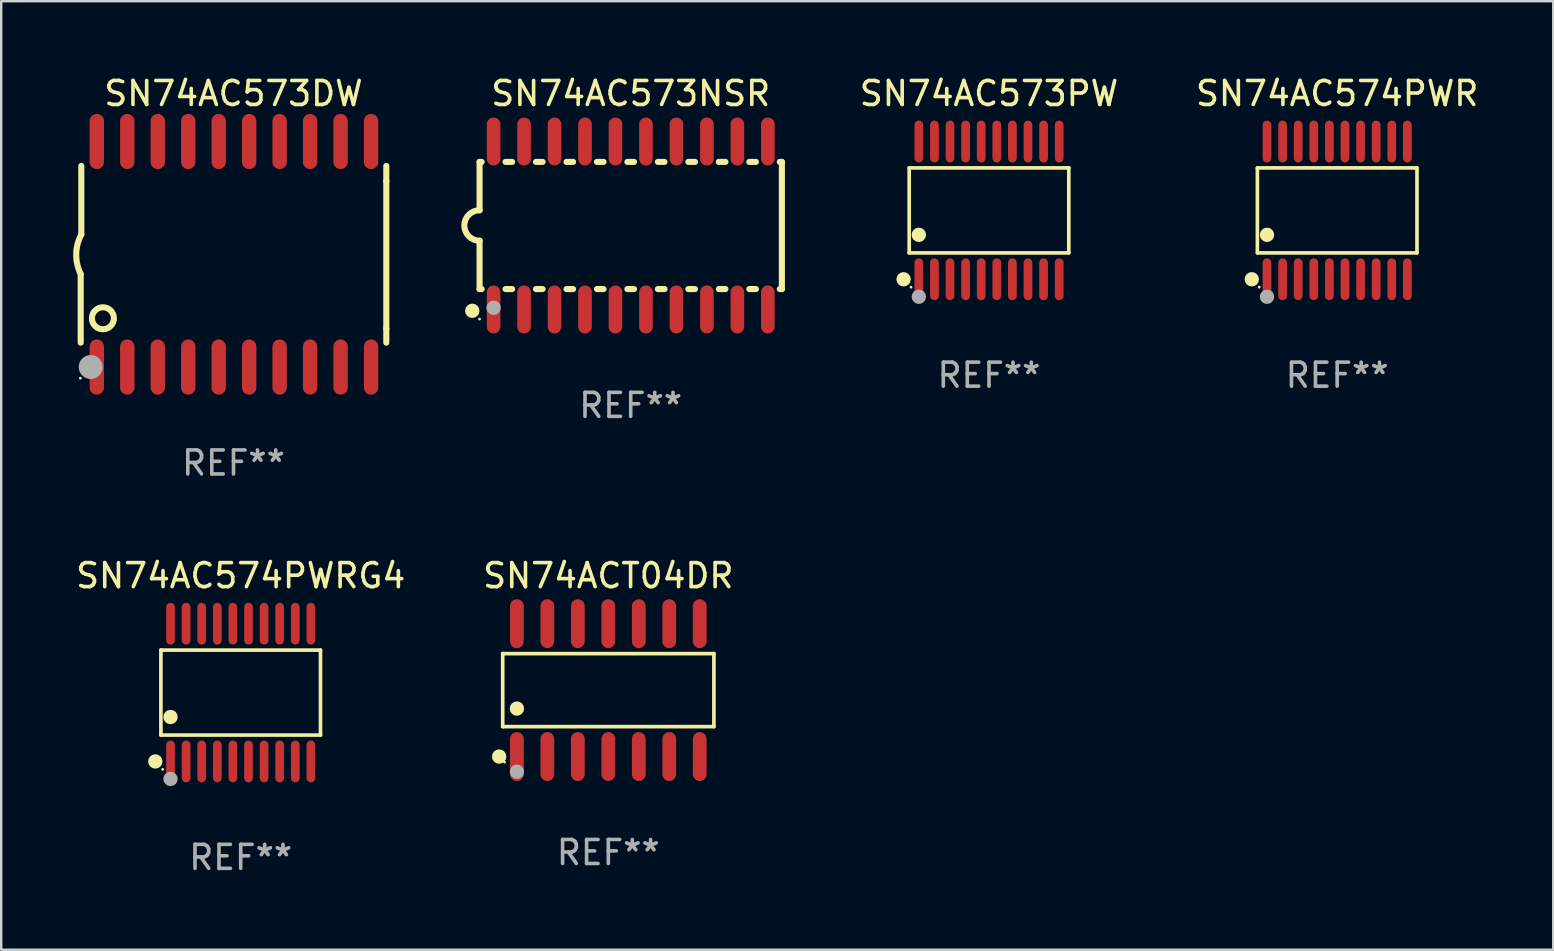
<source format=kicad_pcb>
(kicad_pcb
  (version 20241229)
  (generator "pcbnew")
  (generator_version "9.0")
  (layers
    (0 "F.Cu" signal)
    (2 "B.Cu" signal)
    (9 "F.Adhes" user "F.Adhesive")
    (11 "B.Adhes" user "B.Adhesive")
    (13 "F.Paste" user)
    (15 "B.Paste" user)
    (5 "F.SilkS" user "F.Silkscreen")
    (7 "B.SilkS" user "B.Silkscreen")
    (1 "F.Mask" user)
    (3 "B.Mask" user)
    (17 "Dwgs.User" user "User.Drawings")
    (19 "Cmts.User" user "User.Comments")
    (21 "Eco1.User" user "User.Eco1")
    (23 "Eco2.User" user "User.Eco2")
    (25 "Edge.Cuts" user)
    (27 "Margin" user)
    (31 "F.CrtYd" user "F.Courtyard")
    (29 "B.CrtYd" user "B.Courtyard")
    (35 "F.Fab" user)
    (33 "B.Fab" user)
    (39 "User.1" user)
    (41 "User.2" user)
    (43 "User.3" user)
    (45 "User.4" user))
  (footprint "SN74ACT04DR"
    (layer "F.Cu")
    (at 22.304 25.714)
    (property "Reference" "SN74ACT04DR" (at 0 -4.769 0) (layer "F.SilkS") (effects (font (size 1 1) (thickness 0.15))))
    (attr through_hole)
    (fp_line (start -4.401 -1.521) (end 4.401 -1.521) (stroke (width 0.152) (type solid)) (layer "F.SilkS"))
    (fp_line (start -4.401 1.521) (end -4.401 -1.521) (stroke (width 0.152) (type solid)) (layer "F.SilkS"))
    (fp_line (start 4.401 -1.521) (end 4.401 1.521) (stroke (width 0.152) (type solid)) (layer "F.SilkS"))
    (fp_line (start 4.401 1.521) (end -4.401 1.521) (stroke (width 0.152) (type solid)) (layer "F.SilkS"))
    (fp_circle (center -4.549 2.769) (end -4.399 2.769) (stroke (width 0.3) (type solid)) (fill no) (layer "F.SilkS"))
    (fp_circle (center -4.325 3) (end -4.295 3) (stroke (width 0.06) (type solid)) (fill no) (layer "F.SilkS"))
    (fp_circle (center -3.81 0.769) (end -3.66 0.769) (stroke (width 0.3) (type solid)) (fill no) (layer "F.SilkS"))
    (fp_circle (center -3.81 3.4) (end -3.66 3.4) (stroke (width 0.3) (type solid)) (fill no) (layer "F.Fab"))
    (fp_text user "REF**" (at 0 6.769 0) (layer "F.Fab") (effects (font (size 1 1) (thickness 0.15))))
    (pad "1" smd oval (at -3.81 2.769) (size 0.574 2.038) (layers "F.Cu" "F.Mask" "F.Paste"))
    (pad "2" smd oval (at -2.54 2.769) (size 0.574 2.038) (layers "F.Cu" "F.Mask" "F.Paste"))
    (pad "3" smd oval (at -1.27 2.769) (size 0.574 2.038) (layers "F.Cu" "F.Mask" "F.Paste"))
    (pad "4" smd oval (at 0 2.769) (size 0.574 2.038) (layers "F.Cu" "F.Mask" "F.Paste"))
    (pad "5" smd oval (at 1.27 2.769) (size 0.574 2.038) (layers "F.Cu" "F.Mask" "F.Paste"))
    (pad "6" smd oval (at 2.54 2.769) (size 0.574 2.038) (layers "F.Cu" "F.Mask" "F.Paste"))
    (pad "7" smd oval (at 3.81 2.769) (size 0.574 2.038) (layers "F.Cu" "F.Mask" "F.Paste"))
    (pad "8" smd oval (at 3.81 -2.769) (size 0.574 2.038) (layers "F.Cu" "F.Mask" "F.Paste"))
    (pad "9" smd oval (at 2.54 -2.769) (size 0.574 2.038) (layers "F.Cu" "F.Mask" "F.Paste"))
    (pad "10" smd oval (at 1.27 -2.769) (size 0.574 2.038) (layers "F.Cu" "F.Mask" "F.Paste"))
    (pad "11" smd oval (at 0 -2.769) (size 0.574 2.038) (layers "F.Cu" "F.Mask" "F.Paste"))
    (pad "12" smd oval (at -1.27 -2.769) (size 0.574 2.038) (layers "F.Cu" "F.Mask" "F.Paste"))
    (pad "13" smd oval (at -2.54 -2.769) (size 0.574 2.038) (layers "F.Cu" "F.Mask" "F.Paste"))
    (pad "14" smd oval (at -3.81 -2.769) (size 0.574 2.038) (layers "F.Cu" "F.Mask" "F.Paste")))
  (footprint "SN74AC574PWRG4"
    (layer "F.Cu")
    (at 6.982 25.816)
    (property "Reference" "SN74AC574PWRG4" (at 0 -4.871 0) (layer "F.SilkS") (effects (font (size 1 1) (thickness 0.15))))
    (attr through_hole)
    (fp_line (start -3.326 -1.771) (end 3.326 -1.771) (stroke (width 0.152) (type solid)) (layer "F.SilkS"))
    (fp_line (start -3.326 1.771) (end -3.326 -1.771) (stroke (width 0.152) (type solid)) (layer "F.SilkS"))
    (fp_line (start 3.326 -1.771) (end 3.326 1.771) (stroke (width 0.152) (type solid)) (layer "F.SilkS"))
    (fp_line (start 3.326 1.771) (end -3.326 1.771) (stroke (width 0.152) (type solid)) (layer "F.SilkS"))
    (fp_circle (center -3.559 2.871) (end -3.409 2.871) (stroke (width 0.3) (type solid)) (fill no) (layer "F.SilkS"))
    (fp_circle (center -3.25 3.2) (end -3.22 3.2) (stroke (width 0.06) (type solid)) (fill no) (layer "F.SilkS"))
    (fp_circle (center -2.925 1.019) (end -2.775 1.019) (stroke (width 0.3) (type solid)) (fill no) (layer "F.SilkS"))
    (fp_circle (center -2.925 3.6) (end -2.775 3.6) (stroke (width 0.3) (type solid)) (fill no) (layer "F.Fab"))
    (fp_text user "REF**" (at 0 6.871 0) (layer "F.Fab") (effects (font (size 1 1) (thickness 0.15))))
    (pad "1" smd oval (at -2.925 2.871) (size 0.364 1.742) (layers "F.Cu" "F.Mask" "F.Paste"))
    (pad "2" smd oval (at -2.275 2.871) (size 0.364 1.742) (layers "F.Cu" "F.Mask" "F.Paste"))
    (pad "3" smd oval (at -1.625 2.871) (size 0.364 1.742) (layers "F.Cu" "F.Mask" "F.Paste"))
    (pad "4" smd oval (at -0.975 2.871) (size 0.364 1.742) (layers "F.Cu" "F.Mask" "F.Paste"))
    (pad "5" smd oval (at -0.325 2.871) (size 0.364 1.742) (layers "F.Cu" "F.Mask" "F.Paste"))
    (pad "6" smd oval (at 0.325 2.871) (size 0.364 1.742) (layers "F.Cu" "F.Mask" "F.Paste"))
    (pad "7" smd oval (at 0.975 2.871) (size 0.364 1.742) (layers "F.Cu" "F.Mask" "F.Paste"))
    (pad "8" smd oval (at 1.625 2.871) (size 0.364 1.742) (layers "F.Cu" "F.Mask" "F.Paste"))
    (pad "9" smd oval (at 2.275 2.871) (size 0.364 1.742) (layers "F.Cu" "F.Mask" "F.Paste"))
    (pad "10" smd oval (at 2.925 2.871) (size 0.364 1.742) (layers "F.Cu" "F.Mask" "F.Paste"))
    (pad "11" smd oval (at 2.925 -2.871) (size 0.364 1.742) (layers "F.Cu" "F.Mask" "F.Paste"))
    (pad "12" smd oval (at 2.275 -2.871) (size 0.364 1.742) (layers "F.Cu" "F.Mask" "F.Paste"))
    (pad "13" smd oval (at 1.625 -2.871) (size 0.364 1.742) (layers "F.Cu" "F.Mask" "F.Paste"))
    (pad "14" smd oval (at 0.975 -2.871) (size 0.364 1.742) (layers "F.Cu" "F.Mask" "F.Paste"))
    (pad "15" smd oval (at 0.325 -2.871) (size 0.364 1.742) (layers "F.Cu" "F.Mask" "F.Paste"))
    (pad "16" smd oval (at -0.325 -2.871) (size 0.364 1.742) (layers "F.Cu" "F.Mask" "F.Paste"))
    (pad "17" smd oval (at -0.975 -2.871) (size 0.364 1.742) (layers "F.Cu" "F.Mask" "F.Paste"))
    (pad "18" smd oval (at -1.625 -2.871) (size 0.364 1.742) (layers "F.Cu" "F.Mask" "F.Paste"))
    (pad "19" smd oval (at -2.275 -2.871) (size 0.364 1.742) (layers "F.Cu" "F.Mask" "F.Paste"))
    (pad "20" smd oval (at -2.925 -2.871) (size 0.364 1.742) (layers "F.Cu" "F.Mask" "F.Paste")))
  (footprint "SN74AC573DW"
    (layer "F.Cu")
    (at 6.682 7.548)
    (property "Reference" "SN74AC573DW" (at 0 -6.7 0) (layer "F.SilkS") (effects (font (size 1 1) (thickness 0.15))))
    (attr through_hole)
    (fp_line (start -6.369 0.826) (end -6.369 3.683) (stroke (width 0.254) (type solid)) (layer "F.SilkS"))
    (fp_line (start -6.343 -0.825) (end -6.343 -3.683) (stroke (width 0.254) (type solid)) (layer "F.SilkS"))
    (fp_line (start 6.369 -3.048) (end 6.369 -3.683) (stroke (width 0.254) (type solid)) (layer "F.SilkS"))
    (fp_line (start 6.369 -3.048) (end 6.369 3.096) (stroke (width 0.254) (type solid)) (layer "F.SilkS"))
    (fp_line (start 6.369 3.096) (end 6.369 3.683) (stroke (width 0.254) (type solid)) (layer "F.SilkS"))
    (fp_arc (start -6.36853 0.825552) (mid -6.554743 -0.00301) (end -6.343129 -0.825451) (stroke (width 0.254001) (type solid)) (layer "F.SilkS"))
    (fp_circle (center -6.382 5.163) (end -6.352 5.163) (stroke (width 0.06) (type solid)) (fill no) (layer "F.SilkS"))
    (fp_circle (center -5.443 2.667) (end -4.985 2.667) (stroke (width 0.254) (type solid)) (fill no) (layer "F.SilkS"))
    (fp_circle (center -5.951 4.699) (end -5.701 4.699) (stroke (width 0.5) (type solid)) (fill no) (layer "F.Fab"))
    (fp_text user "REF**" (at 0 8.7 0) (layer "F.Fab") (effects (font (size 1 1) (thickness 0.15))))
    (pad "1" smd oval (at -5.697 4.7 180) (size 0.6 2.3) (layers "F.Cu" "F.Mask" "F.Paste"))
    (pad "2" smd oval (at -4.427 4.7 180) (size 0.6 2.3) (layers "F.Cu" "F.Mask" "F.Paste"))
    (pad "3" smd oval (at -3.157 4.7 180) (size 0.6 2.3) (layers "F.Cu" "F.Mask" "F.Paste"))
    (pad "4" smd oval (at -1.887 4.7 180) (size 0.6 2.3) (layers "F.Cu" "F.Mask" "F.Paste"))
    (pad "5" smd oval (at -0.617 4.7 180) (size 0.6 2.3) (layers "F.Cu" "F.Mask" "F.Paste"))
    (pad "6" smd oval (at 0.653 4.7 180) (size 0.6 2.3) (layers "F.Cu" "F.Mask" "F.Paste"))
    (pad "7" smd oval (at 1.923 4.7 180) (size 0.6 2.3) (layers "F.Cu" "F.Mask" "F.Paste"))
    (pad "8" smd oval (at 3.193 4.7 180) (size 0.6 2.3) (layers "F.Cu" "F.Mask" "F.Paste"))
    (pad "9" smd oval (at 4.463 4.7 180) (size 0.6 2.3) (layers "F.Cu" "F.Mask" "F.Paste"))
    (pad "10" smd oval (at 5.734 4.7 180) (size 0.6 2.3) (layers "F.Cu" "F.Mask" "F.Paste"))
    (pad "11" smd oval (at 5.734 -4.7 180) (size 0.6 2.3) (layers "F.Cu" "F.Mask" "F.Paste"))
    (pad "12" smd oval (at 4.463 -4.7 180) (size 0.6 2.3) (layers "F.Cu" "F.Mask" "F.Paste"))
    (pad "13" smd oval (at 3.193 -4.7 180) (size 0.6 2.3) (layers "F.Cu" "F.Mask" "F.Paste"))
    (pad "14" smd oval (at 1.923 -4.7 180) (size 0.6 2.3) (layers "F.Cu" "F.Mask" "F.Paste"))
    (pad "15" smd oval (at 0.653 -4.7 180) (size 0.6 2.3) (layers "F.Cu" "F.Mask" "F.Paste"))
    (pad "16" smd oval (at -0.617 -4.7 180) (size 0.6 2.3) (layers "F.Cu" "F.Mask" "F.Paste"))
    (pad "17" smd oval (at -1.887 -4.7 180) (size 0.6 2.3) (layers "F.Cu" "F.Mask" "F.Paste"))
    (pad "18" smd oval (at -3.157 -4.7 180) (size 0.6 2.3) (layers "F.Cu" "F.Mask" "F.Paste"))
    (pad "19" smd oval (at -4.427 -4.7 180) (size 0.6 2.3) (layers "F.Cu" "F.Mask" "F.Paste"))
    (pad "20" smd oval (at -5.697 -4.7 180) (size 0.6 2.3) (layers "F.Cu" "F.Mask" "F.Paste")))
  (footprint "SN74AC573NSR"
    (layer "F.Cu")
    (at 23.238 6.348)
    (property "Reference" "SN74AC573NSR" (at 0 -5.5 0) (layer "F.SilkS") (effects (font (size 1 1) (thickness 0.15))))
    (attr through_hole)
    (fp_line (start -6.3 -2.65) (end -6.3 -0.635) (stroke (width 0.254) (type solid)) (layer "F.SilkS"))
    (fp_line (start -6.3 -2.65) (end -6.212 -2.65) (stroke (width 0.254) (type solid)) (layer "F.SilkS"))
    (fp_line (start -6.3 2.65) (end -6.3 0.635) (stroke (width 0.254) (type solid)) (layer "F.SilkS"))
    (fp_line (start -6.3 2.65) (end -6.212 2.65) (stroke (width 0.254) (type solid)) (layer "F.SilkS"))
    (fp_line (start -5.218 -2.65) (end -4.942 -2.65) (stroke (width 0.254) (type solid)) (layer "F.SilkS"))
    (fp_line (start -5.218 2.65) (end -4.942 2.65) (stroke (width 0.254) (type solid)) (layer "F.SilkS"))
    (fp_line (start -3.948 -2.65) (end -3.672 -2.65) (stroke (width 0.254) (type solid)) (layer "F.SilkS"))
    (fp_line (start -3.948 2.65) (end -3.672 2.65) (stroke (width 0.254) (type solid)) (layer "F.SilkS"))
    (fp_line (start -2.678 -2.65) (end -2.402 -2.65) (stroke (width 0.254) (type solid)) (layer "F.SilkS"))
    (fp_line (start -2.678 2.65) (end -2.402 2.65) (stroke (width 0.254) (type solid)) (layer "F.SilkS"))
    (fp_line (start -1.408 -2.65) (end -1.132 -2.65) (stroke (width 0.254) (type solid)) (layer "F.SilkS"))
    (fp_line (start -1.408 2.65) (end -1.132 2.65) (stroke (width 0.254) (type solid)) (layer "F.SilkS"))
    (fp_line (start -0.138 -2.65) (end 0.138 -2.65) (stroke (width 0.254) (type solid)) (layer "F.SilkS"))
    (fp_line (start -0.138 2.65) (end 0.138 2.65) (stroke (width 0.254) (type solid)) (layer "F.SilkS"))
    (fp_line (start 1.132 -2.65) (end 1.408 -2.65) (stroke (width 0.254) (type solid)) (layer "F.SilkS"))
    (fp_line (start 1.132 2.65) (end 1.408 2.65) (stroke (width 0.254) (type solid)) (layer "F.SilkS"))
    (fp_line (start 2.402 -2.65) (end 2.678 -2.65) (stroke (width 0.254) (type solid)) (layer "F.SilkS"))
    (fp_line (start 2.402 2.65) (end 2.678 2.65) (stroke (width 0.254) (type solid)) (layer "F.SilkS"))
    (fp_line (start 3.672 -2.65) (end 3.948 -2.65) (stroke (width 0.254) (type solid)) (layer "F.SilkS"))
    (fp_line (start 3.672 2.65) (end 3.948 2.65) (stroke (width 0.254) (type solid)) (layer "F.SilkS"))
    (fp_line (start 4.942 -2.65) (end 5.218 -2.65) (stroke (width 0.254) (type solid)) (layer "F.SilkS"))
    (fp_line (start 4.942 2.65) (end 5.218 2.65) (stroke (width 0.254) (type solid)) (layer "F.SilkS"))
    (fp_line (start 6.212 -2.65) (end 6.3 -2.65) (stroke (width 0.254) (type solid)) (layer "F.SilkS"))
    (fp_line (start 6.212 2.65) (end 6.3 2.65) (stroke (width 0.254) (type solid)) (layer "F.SilkS"))
    (fp_line (start 6.3 -2.65) (end 6.3 2.65) (stroke (width 0.254) (type solid)) (layer "F.SilkS"))
    (fp_arc (start -6.299975 0.634874) (mid -6.933579 0.000127) (end -6.299213 -0.633858) (stroke (width 0.254001) (type solid)) (layer "F.SilkS"))
    (fp_circle (center -6.604 3.556) (end -6.454 3.556) (stroke (width 0.3) (type solid)) (fill no) (layer "F.SilkS"))
    (fp_circle (center -6.3 3.9) (end -6.27 3.9) (stroke (width 0.06) (type solid)) (fill no) (layer "F.SilkS"))
    (fp_circle (center -5.715 3.429) (end -5.565 3.429) (stroke (width 0.3) (type solid)) (fill no) (layer "F.Fab"))
    (fp_text user "REF**" (at 0 7.5 0) (layer "F.Fab") (effects (font (size 1 1) (thickness 0.15))))
    (pad "1" smd oval (at -5.715 3.5) (size 0.568 2) (layers "F.Cu" "F.Mask" "F.Paste"))
    (pad "2" smd oval (at -4.445 3.5) (size 0.568 2) (layers "F.Cu" "F.Mask" "F.Paste"))
    (pad "3" smd oval (at -3.175 3.5) (size 0.568 2) (layers "F.Cu" "F.Mask" "F.Paste"))
    (pad "4" smd oval (at -1.905 3.5) (size 0.568 2) (layers "F.Cu" "F.Mask" "F.Paste"))
    (pad "5" smd oval (at -0.635 3.5) (size 0.568 2) (layers "F.Cu" "F.Mask" "F.Paste"))
    (pad "6" smd oval (at 0.635 3.5) (size 0.568 2) (layers "F.Cu" "F.Mask" "F.Paste"))
    (pad "7" smd oval (at 1.905 3.5) (size 0.568 2) (layers "F.Cu" "F.Mask" "F.Paste"))
    (pad "8" smd oval (at 3.175 3.5) (size 0.568 2) (layers "F.Cu" "F.Mask" "F.Paste"))
    (pad "9" smd oval (at 4.445 3.5) (size 0.568 2) (layers "F.Cu" "F.Mask" "F.Paste"))
    (pad "10" smd oval (at 5.715 3.5) (size 0.568 2) (layers "F.Cu" "F.Mask" "F.Paste"))
    (pad "11" smd oval (at 5.715 -3.5) (size 0.568 2) (layers "F.Cu" "F.Mask" "F.Paste"))
    (pad "12" smd oval (at 4.445 -3.5) (size 0.568 2) (layers "F.Cu" "F.Mask" "F.Paste"))
    (pad "13" smd oval (at 3.175 -3.5) (size 0.568 2) (layers "F.Cu" "F.Mask" "F.Paste"))
    (pad "14" smd oval (at 1.905 -3.5) (size 0.568 2) (layers "F.Cu" "F.Mask" "F.Paste"))
    (pad "15" smd oval (at 0.635 -3.5) (size 0.568 2) (layers "F.Cu" "F.Mask" "F.Paste"))
    (pad "16" smd oval (at -0.635 -3.5) (size 0.568 2) (layers "F.Cu" "F.Mask" "F.Paste"))
    (pad "17" smd oval (at -1.905 -3.5) (size 0.568 2) (layers "F.Cu" "F.Mask" "F.Paste"))
    (pad "18" smd oval (at -3.175 -3.5) (size 0.568 2) (layers "F.Cu" "F.Mask" "F.Paste"))
    (pad "19" smd oval (at -4.445 -3.5) (size 0.568 2) (layers "F.Cu" "F.Mask" "F.Paste"))
    (pad "20" smd oval (at -5.715 -3.5) (size 0.568 2) (layers "F.Cu" "F.Mask" "F.Paste")))
  (footprint "SN74AC574PWR"
    (layer "F.Cu")
    (at 52.683 5.719)
    (property "Reference" "SN74AC574PWR" (at 0 -4.871 0) (layer "F.SilkS") (effects (font (size 1 1) (thickness 0.15))))
    (attr through_hole)
    (fp_line (start -3.326 -1.771) (end 3.326 -1.771) (stroke (width 0.152) (type solid)) (layer "F.SilkS"))
    (fp_line (start -3.326 1.771) (end -3.326 -1.771) (stroke (width 0.152) (type solid)) (layer "F.SilkS"))
    (fp_line (start 3.326 -1.771) (end 3.326 1.771) (stroke (width 0.152) (type solid)) (layer "F.SilkS"))
    (fp_line (start 3.326 1.771) (end -3.326 1.771) (stroke (width 0.152) (type solid)) (layer "F.SilkS"))
    (fp_circle (center -3.559 2.871) (end -3.409 2.871) (stroke (width 0.3) (type solid)) (fill no) (layer "F.SilkS"))
    (fp_circle (center -3.25 3.2) (end -3.22 3.2) (stroke (width 0.06) (type solid)) (fill no) (layer "F.SilkS"))
    (fp_circle (center -2.925 1.019) (end -2.775 1.019) (stroke (width 0.3) (type solid)) (fill no) (layer "F.SilkS"))
    (fp_circle (center -2.925 3.6) (end -2.775 3.6) (stroke (width 0.3) (type solid)) (fill no) (layer "F.Fab"))
    (fp_text user "REF**" (at 0 6.871 0) (layer "F.Fab") (effects (font (size 1 1) (thickness 0.15))))
    (pad "1" smd oval (at -2.925 2.871) (size 0.364 1.742) (layers "F.Cu" "F.Mask" "F.Paste"))
    (pad "2" smd oval (at -2.275 2.871) (size 0.364 1.742) (layers "F.Cu" "F.Mask" "F.Paste"))
    (pad "3" smd oval (at -1.625 2.871) (size 0.364 1.742) (layers "F.Cu" "F.Mask" "F.Paste"))
    (pad "4" smd oval (at -0.975 2.871) (size 0.364 1.742) (layers "F.Cu" "F.Mask" "F.Paste"))
    (pad "5" smd oval (at -0.325 2.871) (size 0.364 1.742) (layers "F.Cu" "F.Mask" "F.Paste"))
    (pad "6" smd oval (at 0.325 2.871) (size 0.364 1.742) (layers "F.Cu" "F.Mask" "F.Paste"))
    (pad "7" smd oval (at 0.975 2.871) (size 0.364 1.742) (layers "F.Cu" "F.Mask" "F.Paste"))
    (pad "8" smd oval (at 1.625 2.871) (size 0.364 1.742) (layers "F.Cu" "F.Mask" "F.Paste"))
    (pad "9" smd oval (at 2.275 2.871) (size 0.364 1.742) (layers "F.Cu" "F.Mask" "F.Paste"))
    (pad "10" smd oval (at 2.925 2.871) (size 0.364 1.742) (layers "F.Cu" "F.Mask" "F.Paste"))
    (pad "11" smd oval (at 2.925 -2.871) (size 0.364 1.742) (layers "F.Cu" "F.Mask" "F.Paste"))
    (pad "12" smd oval (at 2.275 -2.871) (size 0.364 1.742) (layers "F.Cu" "F.Mask" "F.Paste"))
    (pad "13" smd oval (at 1.625 -2.871) (size 0.364 1.742) (layers "F.Cu" "F.Mask" "F.Paste"))
    (pad "14" smd oval (at 0.975 -2.871) (size 0.364 1.742) (layers "F.Cu" "F.Mask" "F.Paste"))
    (pad "15" smd oval (at 0.325 -2.871) (size 0.364 1.742) (layers "F.Cu" "F.Mask" "F.Paste"))
    (pad "16" smd oval (at -0.325 -2.871) (size 0.364 1.742) (layers "F.Cu" "F.Mask" "F.Paste"))
    (pad "17" smd oval (at -0.975 -2.871) (size 0.364 1.742) (layers "F.Cu" "F.Mask" "F.Paste"))
    (pad "18" smd oval (at -1.625 -2.871) (size 0.364 1.742) (layers "F.Cu" "F.Mask" "F.Paste"))
    (pad "19" smd oval (at -2.275 -2.871) (size 0.364 1.742) (layers "F.Cu" "F.Mask" "F.Paste"))
    (pad "20" smd oval (at -2.925 -2.871) (size 0.364 1.742) (layers "F.Cu" "F.Mask" "F.Paste")))
  (footprint "SN74AC573PW"
    (layer "F.Cu")
    (at 38.171 5.719)
    (property "Reference" "SN74AC573PW" (at 0 -4.871 0) (layer "F.SilkS") (effects (font (size 1 1) (thickness 0.15))))
    (attr through_hole)
    (fp_line (start -3.326 -1.771) (end 3.326 -1.771) (stroke (width 0.152) (type solid)) (layer "F.SilkS"))
    (fp_line (start -3.326 1.771) (end -3.326 -1.771) (stroke (width 0.152) (type solid)) (layer "F.SilkS"))
    (fp_line (start 3.326 -1.771) (end 3.326 1.771) (stroke (width 0.152) (type solid)) (layer "F.SilkS"))
    (fp_line (start 3.326 1.771) (end -3.326 1.771) (stroke (width 0.152) (type solid)) (layer "F.SilkS"))
    (fp_circle (center -3.559 2.871) (end -3.409 2.871) (stroke (width 0.3) (type solid)) (fill no) (layer "F.SilkS"))
    (fp_circle (center -3.25 3.2) (end -3.22 3.2) (stroke (width 0.06) (type solid)) (fill no) (layer "F.SilkS"))
    (fp_circle (center -2.925 1.019) (end -2.775 1.019) (stroke (width 0.3) (type solid)) (fill no) (layer "F.SilkS"))
    (fp_circle (center -2.925 3.6) (end -2.775 3.6) (stroke (width 0.3) (type solid)) (fill no) (layer "F.Fab"))
    (fp_text user "REF**" (at 0 6.871 0) (layer "F.Fab") (effects (font (size 1 1) (thickness 0.15))))
    (pad "1" smd oval (at -2.925 2.871) (size 0.364 1.742) (layers "F.Cu" "F.Mask" "F.Paste"))
    (pad "2" smd oval (at -2.275 2.871) (size 0.364 1.742) (layers "F.Cu" "F.Mask" "F.Paste"))
    (pad "3" smd oval (at -1.625 2.871) (size 0.364 1.742) (layers "F.Cu" "F.Mask" "F.Paste"))
    (pad "4" smd oval (at -0.975 2.871) (size 0.364 1.742) (layers "F.Cu" "F.Mask" "F.Paste"))
    (pad "5" smd oval (at -0.325 2.871) (size 0.364 1.742) (layers "F.Cu" "F.Mask" "F.Paste"))
    (pad "6" smd oval (at 0.325 2.871) (size 0.364 1.742) (layers "F.Cu" "F.Mask" "F.Paste"))
    (pad "7" smd oval (at 0.975 2.871) (size 0.364 1.742) (layers "F.Cu" "F.Mask" "F.Paste"))
    (pad "8" smd oval (at 1.625 2.871) (size 0.364 1.742) (layers "F.Cu" "F.Mask" "F.Paste"))
    (pad "9" smd oval (at 2.275 2.871) (size 0.364 1.742) (layers "F.Cu" "F.Mask" "F.Paste"))
    (pad "10" smd oval (at 2.925 2.871) (size 0.364 1.742) (layers "F.Cu" "F.Mask" "F.Paste"))
    (pad "11" smd oval (at 2.925 -2.871) (size 0.364 1.742) (layers "F.Cu" "F.Mask" "F.Paste"))
    (pad "12" smd oval (at 2.275 -2.871) (size 0.364 1.742) (layers "F.Cu" "F.Mask" "F.Paste"))
    (pad "13" smd oval (at 1.625 -2.871) (size 0.364 1.742) (layers "F.Cu" "F.Mask" "F.Paste"))
    (pad "14" smd oval (at 0.975 -2.871) (size 0.364 1.742) (layers "F.Cu" "F.Mask" "F.Paste"))
    (pad "15" smd oval (at 0.325 -2.871) (size 0.364 1.742) (layers "F.Cu" "F.Mask" "F.Paste"))
    (pad "16" smd oval (at -0.325 -2.871) (size 0.364 1.742) (layers "F.Cu" "F.Mask" "F.Paste"))
    (pad "17" smd oval (at -0.975 -2.871) (size 0.364 1.742) (layers "F.Cu" "F.Mask" "F.Paste"))
    (pad "18" smd oval (at -1.625 -2.871) (size 0.364 1.742) (layers "F.Cu" "F.Mask" "F.Paste"))
    (pad "19" smd oval (at -2.275 -2.871) (size 0.364 1.742) (layers "F.Cu" "F.Mask" "F.Paste"))
    (pad "20" smd oval (at -2.925 -2.871) (size 0.364 1.742) (layers "F.Cu" "F.Mask" "F.Paste")))
  (gr_rect
    (start -3 -3)
    (end 61.689 36.535)
    (stroke (width 0.1) (type default))
    (fill no)
    (layer "Edge.Cuts")))
</source>
